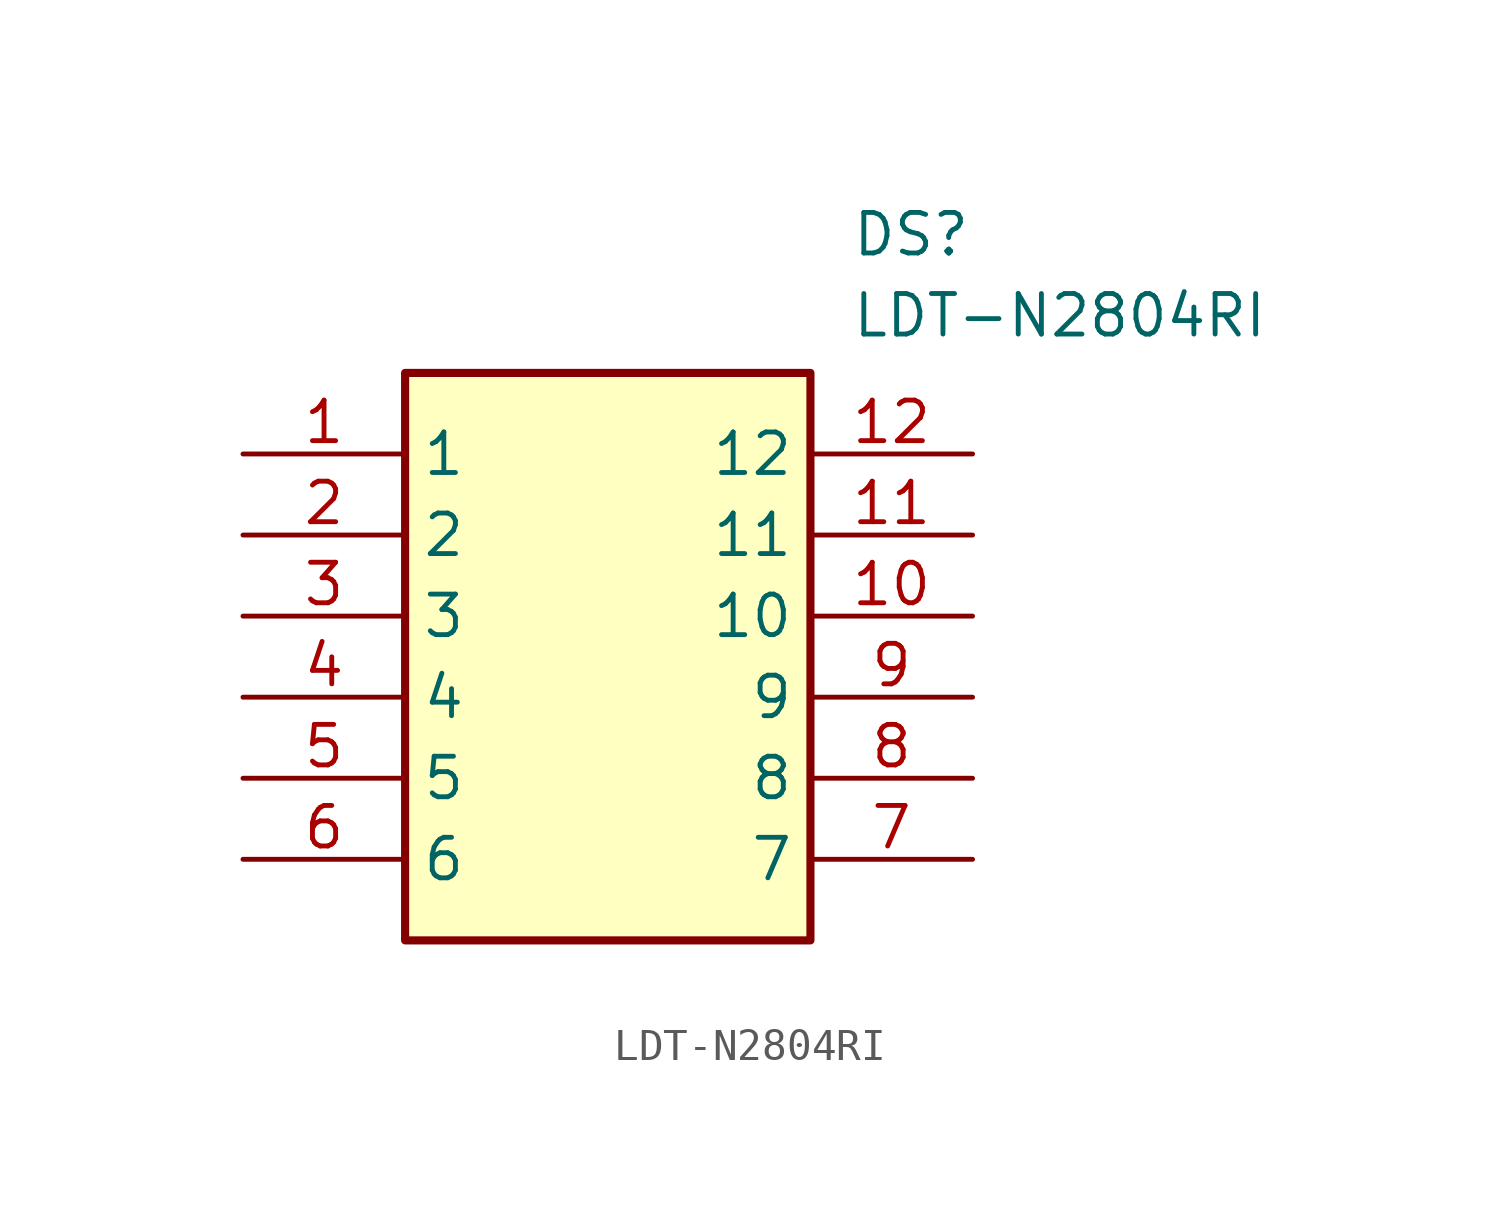
<source format=kicad_sym>
(kicad_symbol_lib
  (version 20211014)
  (generator SamacSys_ECAD_Model)
  (symbol "LDT-N2804RI"
    (property "Reference" "DS"
      (at 19.05 7.62 0)
      (effects (font (size 1.27 1.27)) (justify left top)))
    (property "Value" "LDT-N2804RI"
      (at 19.05 5.08 0)
      (effects (font (size 1.27 1.27)) (justify left top)))
    (rectangle
      (start 5.08 2.54)
      (end 17.78 -15.24)
      (stroke (width 0.254) (type default))
      (fill (type background)))
    (pin passive line
      (at 0 0 0)
      (length 5.08)
      (name "1" (effects (font (size 1.27 1.27))))
      (number "1" (effects (font (size 1.27 1.27)))))
    (pin passive line
      (at 0 -2.54 0)
      (length 5.08)
      (name "2" (effects (font (size 1.27 1.27))))
      (number "2" (effects (font (size 1.27 1.27)))))
    (pin passive line
      (at 0 -5.08 0)
      (length 5.08)
      (name "3" (effects (font (size 1.27 1.27))))
      (number "3" (effects (font (size 1.27 1.27)))))
    (pin passive line
      (at 0 -7.62 0)
      (length 5.08)
      (name "4" (effects (font (size 1.27 1.27))))
      (number "4" (effects (font (size 1.27 1.27)))))
    (pin passive line
      (at 0 -10.16 0)
      (length 5.08)
      (name "5" (effects (font (size 1.27 1.27))))
      (number "5" (effects (font (size 1.27 1.27)))))
    (pin passive line
      (at 0 -12.7 0)
      (length 5.08)
      (name "6" (effects (font (size 1.27 1.27))))
      (number "6" (effects (font (size 1.27 1.27)))))
    (pin passive line
      (at 22.86 0 180)
      (length 5.08)
      (name "12" (effects (font (size 1.27 1.27))))
      (number "12" (effects (font (size 1.27 1.27)))))
    (pin passive line
      (at 22.86 -2.54 180)
      (length 5.08)
      (name "11" (effects (font (size 1.27 1.27))))
      (number "11" (effects (font (size 1.27 1.27)))))
    (pin passive line
      (at 22.86 -5.08 180)
      (length 5.08)
      (name "10" (effects (font (size 1.27 1.27))))
      (number "10" (effects (font (size 1.27 1.27)))))
    (pin passive line
      (at 22.86 -7.62 180)
      (length 5.08)
      (name "9" (effects (font (size 1.27 1.27))))
      (number "9" (effects (font (size 1.27 1.27)))))
    (pin passive line
      (at 22.86 -10.16 180)
      (length 5.08)
      (name "8" (effects (font (size 1.27 1.27))))
      (number "8" (effects (font (size 1.27 1.27)))))
    (pin passive line
      (at 22.86 -12.7 180)
      (length 5.08)
      (name "7" (effects (font (size 1.27 1.27))))
      (number "7" (effects (font (size 1.27 1.27)))))))
</source>
